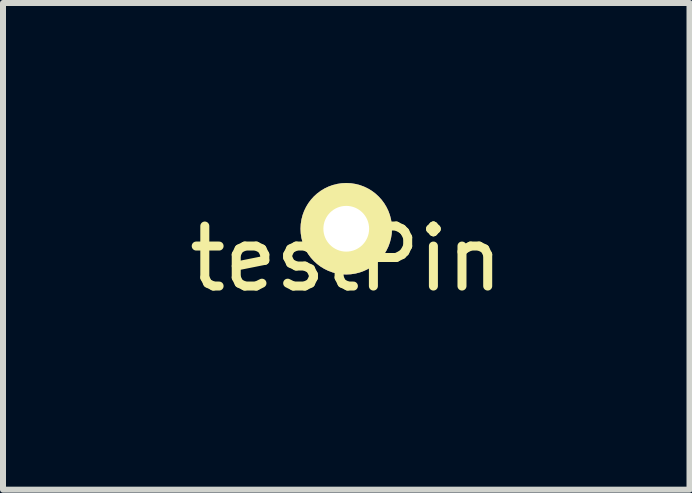
<source format=kicad_pcb>
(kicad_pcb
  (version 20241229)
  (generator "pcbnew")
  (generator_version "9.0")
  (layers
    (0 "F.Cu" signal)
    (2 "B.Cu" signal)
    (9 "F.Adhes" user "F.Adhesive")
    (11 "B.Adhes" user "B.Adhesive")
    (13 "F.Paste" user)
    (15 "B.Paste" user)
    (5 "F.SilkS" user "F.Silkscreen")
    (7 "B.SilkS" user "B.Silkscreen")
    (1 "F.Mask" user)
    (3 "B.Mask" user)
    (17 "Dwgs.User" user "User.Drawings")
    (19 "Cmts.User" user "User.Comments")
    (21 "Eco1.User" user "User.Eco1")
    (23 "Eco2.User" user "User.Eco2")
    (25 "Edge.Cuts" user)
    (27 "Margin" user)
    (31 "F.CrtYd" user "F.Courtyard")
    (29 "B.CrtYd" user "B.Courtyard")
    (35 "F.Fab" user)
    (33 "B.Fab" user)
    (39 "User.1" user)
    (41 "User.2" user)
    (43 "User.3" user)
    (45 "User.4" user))
  (footprint "testPin"
    (layer "F.Cu")
    (at 2.72 0.762)
    (property "Reference" "testPin" (at 0 0.5 0) (layer "F.SilkS") (effects (font (size 1 1) (thickness 0.15))))
    (attr through_hole)
    (pad "1" thru_hole circle (at 0 0) (size 1.524 1.524) (drill 0.762) (layers "*.Cu" "*.Mask" "F.SilkS")))
  (gr_rect
    (start -3 -3)
    (end 8.44 5.11)
    (stroke (width 0.1) (type default))
    (fill no)
    (layer "Edge.Cuts")))
</source>
